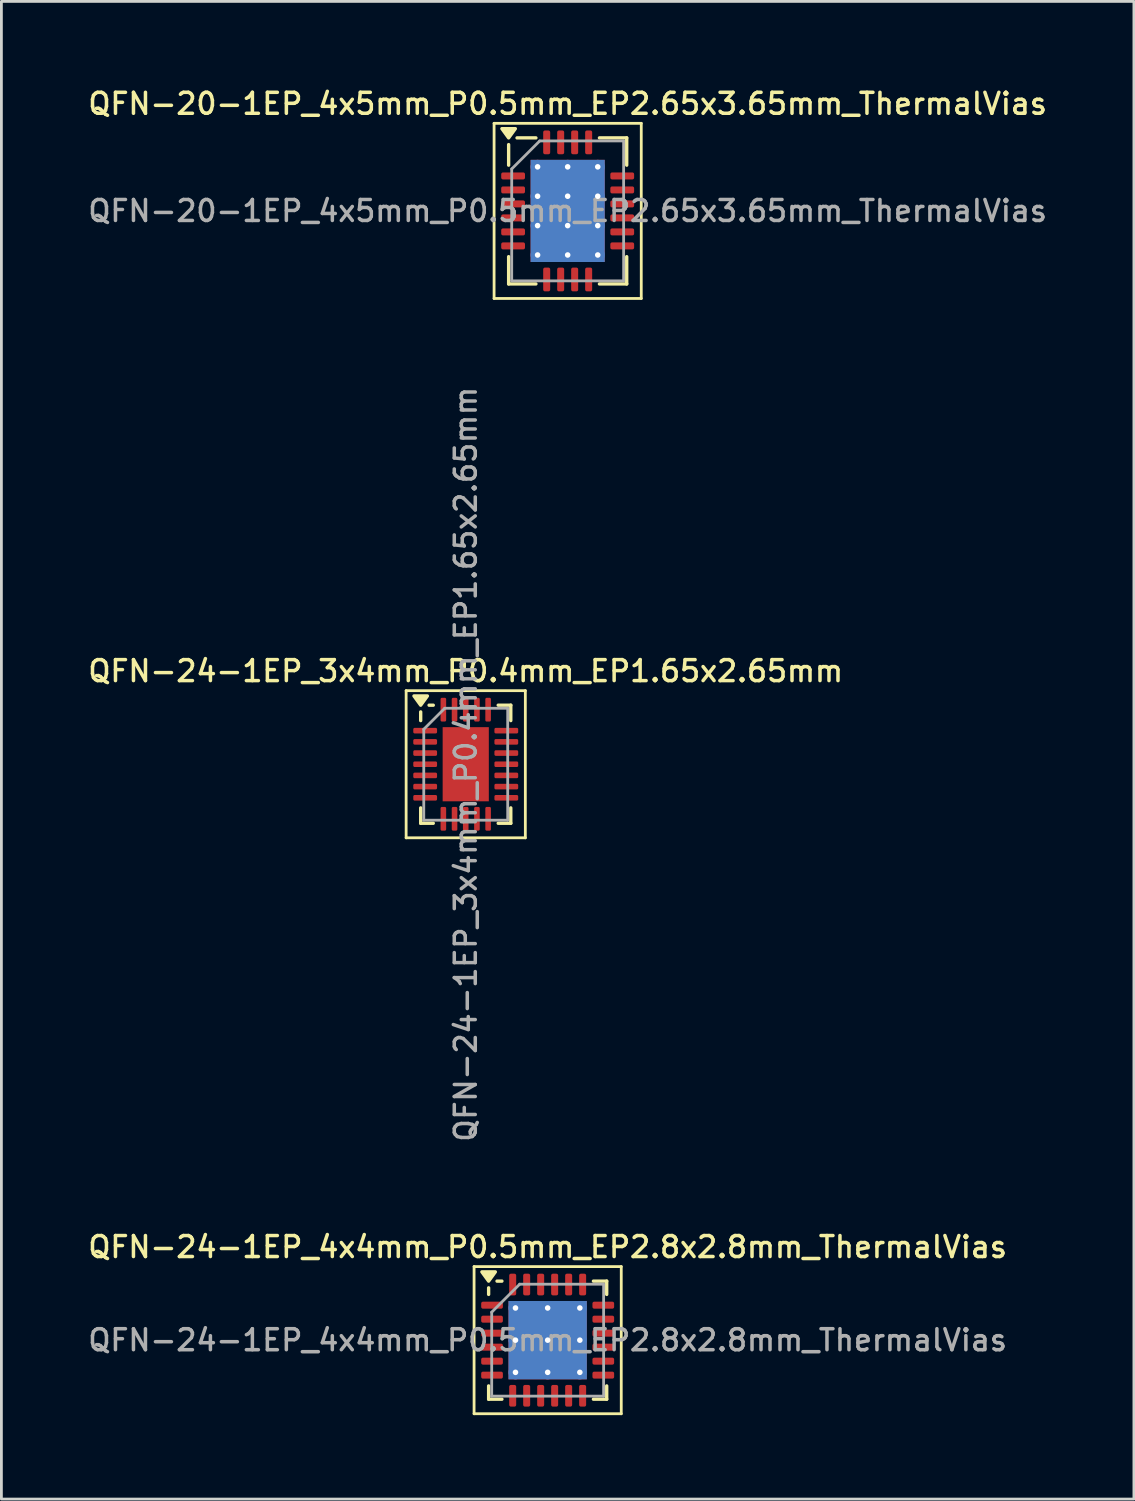
<source format=kicad_pcb>
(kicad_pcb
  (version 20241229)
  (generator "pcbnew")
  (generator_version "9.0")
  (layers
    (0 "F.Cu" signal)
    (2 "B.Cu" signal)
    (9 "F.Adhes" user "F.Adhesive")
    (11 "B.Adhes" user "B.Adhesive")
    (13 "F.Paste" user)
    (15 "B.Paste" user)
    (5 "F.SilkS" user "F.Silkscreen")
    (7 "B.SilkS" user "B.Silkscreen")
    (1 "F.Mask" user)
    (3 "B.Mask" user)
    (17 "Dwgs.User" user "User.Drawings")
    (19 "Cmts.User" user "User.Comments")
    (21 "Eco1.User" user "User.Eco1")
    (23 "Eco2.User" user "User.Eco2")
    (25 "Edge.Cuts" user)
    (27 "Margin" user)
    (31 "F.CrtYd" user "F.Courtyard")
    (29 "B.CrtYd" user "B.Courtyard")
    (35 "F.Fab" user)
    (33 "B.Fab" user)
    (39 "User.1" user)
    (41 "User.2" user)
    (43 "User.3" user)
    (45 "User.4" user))
  (footprint "QFN-24-1EP_3x4mm_P0.4mm_EP1.65x2.65mm"
    (layer "F.Cu")
    (at 13.595 24.263)
    (property "Reference" "QFN-24-1EP_3x4mm_P0.4mm_EP1.65x2.65mm" (at 0 -3.33 0) (layer "F.SilkS") (effects (font (size 0.75 0.75) (thickness 0.125))))
    (attr smd)
    (fp_line (start -2.13 -2.63) (end -2.13 2.63) (stroke (width 0.1) (type solid)) (layer "F.SilkS"))
    (fp_line (start -2.13 2.63) (end 2.13 2.63) (stroke (width 0.1) (type solid)) (layer "F.SilkS"))
    (fp_line (start -1.61 -1.56) (end -1.61 -1.87) (stroke (width 0.12) (type solid)) (layer "F.SilkS"))
    (fp_line (start -1.61 2.11) (end -1.61 1.56) (stroke (width 0.12) (type solid)) (layer "F.SilkS"))
    (fp_line (start -1.16 -2.11) (end -1.31 -2.11) (stroke (width 0.12) (type solid)) (layer "F.SilkS"))
    (fp_line (start -1.16 2.11) (end -1.61 2.11) (stroke (width 0.12) (type solid)) (layer "F.SilkS"))
    (fp_line (start 1.16 -2.11) (end 1.61 -2.11) (stroke (width 0.12) (type solid)) (layer "F.SilkS"))
    (fp_line (start 1.16 2.11) (end 1.61 2.11) (stroke (width 0.12) (type solid)) (layer "F.SilkS"))
    (fp_line (start 1.61 -2.11) (end 1.61 -1.56) (stroke (width 0.12) (type solid)) (layer "F.SilkS"))
    (fp_line (start 1.61 2.11) (end 1.61 1.56) (stroke (width 0.12) (type solid)) (layer "F.SilkS"))
    (fp_line (start 2.13 -2.63) (end -2.13 -2.63) (stroke (width 0.1) (type solid)) (layer "F.SilkS"))
    (fp_line (start 2.13 2.63) (end 2.13 -2.63) (stroke (width 0.1) (type solid)) (layer "F.SilkS"))
    (fp_poly (pts (xy -1.61 -2.11) (xy -1.85 -2.44) (xy -1.37 -2.44) (xy -1.61 -2.11)) (stroke (width 0.12) (type solid)) (fill yes) (layer "F.SilkS"))
    (fp_line (start -1.5 -1.25) (end -0.75 -2) (stroke (width 0.1) (type solid)) (layer "F.Fab"))
    (fp_line (start -1.5 2) (end -1.5 -1.25) (stroke (width 0.1) (type solid)) (layer "F.Fab"))
    (fp_line (start -0.75 -2) (end 1.5 -2) (stroke (width 0.1) (type solid)) (layer "F.Fab"))
    (fp_line (start 1.5 -2) (end 1.5 2) (stroke (width 0.1) (type solid)) (layer "F.Fab"))
    (fp_line (start 1.5 2) (end -1.5 2) (stroke (width 0.1) (type solid)) (layer "F.Fab"))
    (fp_text user "${REFERENCE}" (at 0 0 90) (layer "F.Fab") (effects (font (size 0.75 0.75) (thickness 0.125))))
    (pad "" smd roundrect (at -0.41 -0.88) (size 0.67 0.71) (layers "F.Paste") (roundrect_rratio 0.25))
    (pad "" smd roundrect (at -0.41 0) (size 0.67 0.71) (layers "F.Paste") (roundrect_rratio 0.25))
    (pad "" smd roundrect (at -0.41 0.88) (size 0.67 0.71) (layers "F.Paste") (roundrect_rratio 0.25))
    (pad "" smd roundrect (at 0.41 -0.88) (size 0.67 0.71) (layers "F.Paste") (roundrect_rratio 0.25))
    (pad "" smd roundrect (at 0.41 0) (size 0.67 0.71) (layers "F.Paste") (roundrect_rratio 0.25))
    (pad "" smd roundrect (at 0.41 0.88) (size 0.67 0.71) (layers "F.Paste") (roundrect_rratio 0.25))
    (pad "1" smd roundrect (at -1.45 -1.2) (size 0.85 0.2) (layers "F.Cu" "F.Mask" "F.Paste") (roundrect_rratio 0.25))
    (pad "2" smd roundrect (at -1.45 -0.8) (size 0.85 0.2) (layers "F.Cu" "F.Mask" "F.Paste") (roundrect_rratio 0.25))
    (pad "3" smd roundrect (at -1.45 -0.4) (size 0.85 0.2) (layers "F.Cu" "F.Mask" "F.Paste") (roundrect_rratio 0.25))
    (pad "4" smd roundrect (at -1.45 0) (size 0.85 0.2) (layers "F.Cu" "F.Mask" "F.Paste") (roundrect_rratio 0.25))
    (pad "5" smd roundrect (at -1.45 0.4) (size 0.85 0.2) (layers "F.Cu" "F.Mask" "F.Paste") (roundrect_rratio 0.25))
    (pad "6" smd roundrect (at -1.45 0.8) (size 0.85 0.2) (layers "F.Cu" "F.Mask" "F.Paste") (roundrect_rratio 0.25))
    (pad "7" smd roundrect (at -1.45 1.2) (size 0.85 0.2) (layers "F.Cu" "F.Mask" "F.Paste") (roundrect_rratio 0.25))
    (pad "8" smd roundrect (at -0.8 1.95) (size 0.2 0.85) (layers "F.Cu" "F.Mask" "F.Paste") (roundrect_rratio 0.25))
    (pad "9" smd roundrect (at -0.4 1.95) (size 0.2 0.85) (layers "F.Cu" "F.Mask" "F.Paste") (roundrect_rratio 0.25))
    (pad "10" smd roundrect (at 0 1.95) (size 0.2 0.85) (layers "F.Cu" "F.Mask" "F.Paste") (roundrect_rratio 0.25))
    (pad "11" smd roundrect (at 0.4 1.95) (size 0.2 0.85) (layers "F.Cu" "F.Mask" "F.Paste") (roundrect_rratio 0.25))
    (pad "12" smd roundrect (at 0.8 1.95) (size 0.2 0.85) (layers "F.Cu" "F.Mask" "F.Paste") (roundrect_rratio 0.25))
    (pad "13" smd roundrect (at 1.45 1.2) (size 0.85 0.2) (layers "F.Cu" "F.Mask" "F.Paste") (roundrect_rratio 0.25))
    (pad "14" smd roundrect (at 1.45 0.8) (size 0.85 0.2) (layers "F.Cu" "F.Mask" "F.Paste") (roundrect_rratio 0.25))
    (pad "15" smd roundrect (at 1.45 0.4) (size 0.85 0.2) (layers "F.Cu" "F.Mask" "F.Paste") (roundrect_rratio 0.25))
    (pad "16" smd roundrect (at 1.45 0) (size 0.85 0.2) (layers "F.Cu" "F.Mask" "F.Paste") (roundrect_rratio 0.25))
    (pad "17" smd roundrect (at 1.45 -0.4) (size 0.85 0.2) (layers "F.Cu" "F.Mask" "F.Paste") (roundrect_rratio 0.25))
    (pad "18" smd roundrect (at 1.45 -0.8) (size 0.85 0.2) (layers "F.Cu" "F.Mask" "F.Paste") (roundrect_rratio 0.25))
    (pad "19" smd roundrect (at 1.45 -1.2) (size 0.85 0.2) (layers "F.Cu" "F.Mask" "F.Paste") (roundrect_rratio 0.25))
    (pad "20" smd roundrect (at 0.8 -1.95) (size 0.2 0.85) (layers "F.Cu" "F.Mask" "F.Paste") (roundrect_rratio 0.25))
    (pad "21" smd roundrect (at 0.4 -1.95) (size 0.2 0.85) (layers "F.Cu" "F.Mask" "F.Paste") (roundrect_rratio 0.25))
    (pad "22" smd roundrect (at 0 -1.95) (size 0.2 0.85) (layers "F.Cu" "F.Mask" "F.Paste") (roundrect_rratio 0.25))
    (pad "23" smd roundrect (at -0.4 -1.95) (size 0.2 0.85) (layers "F.Cu" "F.Mask" "F.Paste") (roundrect_rratio 0.25))
    (pad "24" smd roundrect (at -0.8 -1.95) (size 0.2 0.85) (layers "F.Cu" "F.Mask" "F.Paste") (roundrect_rratio 0.25))
    (pad "25" smd rect (at 0 0) (size 1.65 2.65) (property pad_prop_heatsink) (layers "F.Cu" "F.Mask")))
  (footprint "QFN-20-1EP_4x5mm_P0.5mm_EP2.65x3.65mm_ThermalVias"
    (layer "F.Cu")
    (at 17.238 4.488)
    (property "Reference" "QFN-20-1EP_4x5mm_P0.5mm_EP2.65x3.65mm_ThermalVias" (at 0 -3.83 0) (layer "F.SilkS") (effects (font (size 0.75 0.75) (thickness 0.125))))
    (attr smd)
    (fp_line (start -2.63 -3.13) (end -2.63 3.13) (stroke (width 0.1) (type solid)) (layer "F.SilkS"))
    (fp_line (start -2.63 3.13) (end 2.63 3.13) (stroke (width 0.1) (type solid)) (layer "F.SilkS"))
    (fp_line (start -2.11 -1.635) (end -2.11 -2.37) (stroke (width 0.12) (type solid)) (layer "F.SilkS"))
    (fp_line (start -2.11 2.61) (end -2.11 1.635) (stroke (width 0.12) (type solid)) (layer "F.SilkS"))
    (fp_line (start -1.135 -2.61) (end -1.81 -2.61) (stroke (width 0.12) (type solid)) (layer "F.SilkS"))
    (fp_line (start -1.135 2.61) (end -2.11 2.61) (stroke (width 0.12) (type solid)) (layer "F.SilkS"))
    (fp_line (start 1.135 -2.61) (end 2.11 -2.61) (stroke (width 0.12) (type solid)) (layer "F.SilkS"))
    (fp_line (start 1.135 2.61) (end 2.11 2.61) (stroke (width 0.12) (type solid)) (layer "F.SilkS"))
    (fp_line (start 2.11 -2.61) (end 2.11 -1.635) (stroke (width 0.12) (type solid)) (layer "F.SilkS"))
    (fp_line (start 2.11 2.61) (end 2.11 1.635) (stroke (width 0.12) (type solid)) (layer "F.SilkS"))
    (fp_line (start 2.63 -3.13) (end -2.63 -3.13) (stroke (width 0.1) (type solid)) (layer "F.SilkS"))
    (fp_line (start 2.63 3.13) (end 2.63 -3.13) (stroke (width 0.1) (type solid)) (layer "F.SilkS"))
    (fp_poly (pts (xy -2.11 -2.61) (xy -2.35 -2.94) (xy -1.87 -2.94) (xy -2.11 -2.61)) (stroke (width 0.12) (type solid)) (fill yes) (layer "F.SilkS"))
    (fp_line (start -2 -1.5) (end -1 -2.5) (stroke (width 0.1) (type solid)) (layer "F.Fab"))
    (fp_line (start -2 2.5) (end -2 -1.5) (stroke (width 0.1) (type solid)) (layer "F.Fab"))
    (fp_line (start -1 -2.5) (end 2 -2.5) (stroke (width 0.1) (type solid)) (layer "F.Fab"))
    (fp_line (start 2 -2.5) (end 2 2.5) (stroke (width 0.1) (type solid)) (layer "F.Fab"))
    (fp_line (start 2 2.5) (end -2 2.5) (stroke (width 0.1) (type solid)) (layer "F.Fab"))
    (fp_text user "${REFERENCE}" (at 0 0 0) (layer "F.Fab") (effects (font (size 0.75 0.75) (thickness 0.125))))
    (pad "" smd custom (at -0.537 -1.05) (size 0.787 0.787) (layers "F.Paste") (options (anchor circle)) (primitives (gr_poly (pts (xy -0.376 -0.241) (xy -0.281 -0.336) (xy 0.281 -0.336) (xy 0.376 -0.241) (xy 0.376 0.241) (xy 0.281 0.336) (xy -0.281 0.336) (xy -0.376 0.241)) (width 0.23) (fill yes))))
    (pad "" smd custom (at -0.537 0) (size 0.787 0.787) (layers "F.Paste") (options (anchor circle)) (primitives (gr_poly (pts (xy -0.376 -0.241) (xy -0.281 -0.336) (xy 0.281 -0.336) (xy 0.376 -0.241) (xy 0.376 0.241) (xy 0.281 0.336) (xy -0.281 0.336) (xy -0.376 0.241)) (width 0.23) (fill yes))))
    (pad "" smd custom (at -0.537 1.05) (size 0.787 0.787) (layers "F.Paste") (options (anchor circle)) (primitives (gr_poly (pts (xy -0.376 -0.241) (xy -0.281 -0.336) (xy 0.281 -0.336) (xy 0.376 -0.241) (xy 0.376 0.241) (xy 0.281 0.336) (xy -0.281 0.336) (xy -0.376 0.241)) (width 0.23) (fill yes))))
    (pad "" smd custom (at 0.537 -1.05) (size 0.787 0.787) (layers "F.Paste") (options (anchor circle)) (primitives (gr_poly (pts (xy -0.376 -0.241) (xy -0.281 -0.336) (xy 0.281 -0.336) (xy 0.376 -0.241) (xy 0.376 0.241) (xy 0.281 0.336) (xy -0.281 0.336) (xy -0.376 0.241)) (width 0.23) (fill yes))))
    (pad "" smd custom (at 0.537 0) (size 0.787 0.787) (layers "F.Paste") (options (anchor circle)) (primitives (gr_poly (pts (xy -0.376 -0.241) (xy -0.281 -0.336) (xy 0.281 -0.336) (xy 0.376 -0.241) (xy 0.376 0.241) (xy 0.281 0.336) (xy -0.281 0.336) (xy -0.376 0.241)) (width 0.23) (fill yes))))
    (pad "" smd custom (at 0.537 1.05) (size 0.787 0.787) (layers "F.Paste") (options (anchor circle)) (primitives (gr_poly (pts (xy -0.376 -0.241) (xy -0.281 -0.336) (xy 0.281 -0.336) (xy 0.376 -0.241) (xy 0.376 0.241) (xy 0.281 0.336) (xy -0.281 0.336) (xy -0.376 0.241)) (width 0.23) (fill yes))))
    (pad "1" smd roundrect (at -1.95 -1.25) (size 0.85 0.25) (layers "F.Cu" "F.Mask" "F.Paste") (roundrect_rratio 0.25))
    (pad "2" smd roundrect (at -1.95 -0.75) (size 0.85 0.25) (layers "F.Cu" "F.Mask" "F.Paste") (roundrect_rratio 0.25))
    (pad "3" smd roundrect (at -1.95 -0.25) (size 0.85 0.25) (layers "F.Cu" "F.Mask" "F.Paste") (roundrect_rratio 0.25))
    (pad "4" smd roundrect (at -1.95 0.25) (size 0.85 0.25) (layers "F.Cu" "F.Mask" "F.Paste") (roundrect_rratio 0.25))
    (pad "5" smd roundrect (at -1.95 0.75) (size 0.85 0.25) (layers "F.Cu" "F.Mask" "F.Paste") (roundrect_rratio 0.25))
    (pad "6" smd roundrect (at -1.95 1.25) (size 0.85 0.25) (layers "F.Cu" "F.Mask" "F.Paste") (roundrect_rratio 0.25))
    (pad "7" smd roundrect (at -0.75 2.45) (size 0.25 0.85) (layers "F.Cu" "F.Mask" "F.Paste") (roundrect_rratio 0.25))
    (pad "8" smd roundrect (at -0.25 2.45) (size 0.25 0.85) (layers "F.Cu" "F.Mask" "F.Paste") (roundrect_rratio 0.25))
    (pad "9" smd roundrect (at 0.25 2.45) (size 0.25 0.85) (layers "F.Cu" "F.Mask" "F.Paste") (roundrect_rratio 0.25))
    (pad "10" smd roundrect (at 0.75 2.45) (size 0.25 0.85) (layers "F.Cu" "F.Mask" "F.Paste") (roundrect_rratio 0.25))
    (pad "11" smd roundrect (at 1.95 1.25) (size 0.85 0.25) (layers "F.Cu" "F.Mask" "F.Paste") (roundrect_rratio 0.25))
    (pad "12" smd roundrect (at 1.95 0.75) (size 0.85 0.25) (layers "F.Cu" "F.Mask" "F.Paste") (roundrect_rratio 0.25))
    (pad "13" smd roundrect (at 1.95 0.25) (size 0.85 0.25) (layers "F.Cu" "F.Mask" "F.Paste") (roundrect_rratio 0.25))
    (pad "14" smd roundrect (at 1.95 -0.25) (size 0.85 0.25) (layers "F.Cu" "F.Mask" "F.Paste") (roundrect_rratio 0.25))
    (pad "15" smd roundrect (at 1.95 -0.75) (size 0.85 0.25) (layers "F.Cu" "F.Mask" "F.Paste") (roundrect_rratio 0.25))
    (pad "16" smd roundrect (at 1.95 -1.25) (size 0.85 0.25) (layers "F.Cu" "F.Mask" "F.Paste") (roundrect_rratio 0.25))
    (pad "17" smd roundrect (at 0.75 -2.45) (size 0.25 0.85) (layers "F.Cu" "F.Mask" "F.Paste") (roundrect_rratio 0.25))
    (pad "18" smd roundrect (at 0.25 -2.45) (size 0.25 0.85) (layers "F.Cu" "F.Mask" "F.Paste") (roundrect_rratio 0.25))
    (pad "19" smd roundrect (at -0.25 -2.45) (size 0.25 0.85) (layers "F.Cu" "F.Mask" "F.Paste") (roundrect_rratio 0.25))
    (pad "20" smd roundrect (at -0.75 -2.45) (size 0.25 0.85) (layers "F.Cu" "F.Mask" "F.Paste") (roundrect_rratio 0.25))
    (pad "21" thru_hole circle (at -1.075 -1.575) (size 0.5 0.5) (drill 0.2) (property pad_prop_heatsink) (layers "*.Cu"))
    (pad "21" thru_hole circle (at -1.075 -0.525) (size 0.5 0.5) (drill 0.2) (property pad_prop_heatsink) (layers "*.Cu"))
    (pad "21" thru_hole circle (at -1.075 0.525) (size 0.5 0.5) (drill 0.2) (property pad_prop_heatsink) (layers "*.Cu"))
    (pad "21" thru_hole circle (at -1.075 1.575) (size 0.5 0.5) (drill 0.2) (property pad_prop_heatsink) (layers "*.Cu"))
    (pad "21" thru_hole circle (at 0 -1.575) (size 0.5 0.5) (drill 0.2) (property pad_prop_heatsink) (layers "*.Cu"))
    (pad "21" thru_hole circle (at 0 -0.525) (size 0.5 0.5) (drill 0.2) (property pad_prop_heatsink) (layers "*.Cu"))
    (pad "21" smd rect (at 0 0) (size 2.65 3.65) (property pad_prop_heatsink) (layers "F.Cu" "F.Mask"))
    (pad "21" smd rect (at 0 0) (size 2.65 3.65) (property pad_prop_heatsink) (layers "B.Cu"))
    (pad "21" thru_hole circle (at 0 0.525) (size 0.5 0.5) (drill 0.2) (property pad_prop_heatsink) (layers "*.Cu"))
    (pad "21" thru_hole circle (at 0 1.575) (size 0.5 0.5) (drill 0.2) (property pad_prop_heatsink) (layers "*.Cu"))
    (pad "21" thru_hole circle (at 1.075 -1.575) (size 0.5 0.5) (drill 0.2) (property pad_prop_heatsink) (layers "*.Cu"))
    (pad "21" thru_hole circle (at 1.075 -0.525) (size 0.5 0.5) (drill 0.2) (property pad_prop_heatsink) (layers "*.Cu"))
    (pad "21" thru_hole circle (at 1.075 0.525) (size 0.5 0.5) (drill 0.2) (property pad_prop_heatsink) (layers "*.Cu"))
    (pad "21" thru_hole circle (at 1.075 1.575) (size 0.5 0.5) (drill 0.2) (property pad_prop_heatsink) (layers "*.Cu")))
  (footprint "QFN-24-1EP_4x4mm_P0.5mm_EP2.8x2.8mm_ThermalVias"
    (layer "F.Cu")
    (at 16.523 44.846)
    (property "Reference" "QFN-24-1EP_4x4mm_P0.5mm_EP2.8x2.8mm_ThermalVias" (at 0 -3.33 0) (layer "F.SilkS") (effects (font (size 0.75 0.75) (thickness 0.125))))
    (attr smd)
    (fp_line (start -2.63 -2.63) (end -2.63 2.63) (stroke (width 0.1) (type solid)) (layer "F.SilkS"))
    (fp_line (start -2.63 2.63) (end 2.63 2.63) (stroke (width 0.1) (type solid)) (layer "F.SilkS"))
    (fp_line (start -2.11 -1.635) (end -2.11 -1.87) (stroke (width 0.12) (type solid)) (layer "F.SilkS"))
    (fp_line (start -2.11 2.11) (end -2.11 1.635) (stroke (width 0.12) (type solid)) (layer "F.SilkS"))
    (fp_line (start -1.635 -2.11) (end -1.81 -2.11) (stroke (width 0.12) (type solid)) (layer "F.SilkS"))
    (fp_line (start -1.635 2.11) (end -2.11 2.11) (stroke (width 0.12) (type solid)) (layer "F.SilkS"))
    (fp_line (start 1.635 -2.11) (end 2.11 -2.11) (stroke (width 0.12) (type solid)) (layer "F.SilkS"))
    (fp_line (start 1.635 2.11) (end 2.11 2.11) (stroke (width 0.12) (type solid)) (layer "F.SilkS"))
    (fp_line (start 2.11 -2.11) (end 2.11 -1.635) (stroke (width 0.12) (type solid)) (layer "F.SilkS"))
    (fp_line (start 2.11 2.11) (end 2.11 1.635) (stroke (width 0.12) (type solid)) (layer "F.SilkS"))
    (fp_line (start 2.63 -2.63) (end -2.63 -2.63) (stroke (width 0.1) (type solid)) (layer "F.SilkS"))
    (fp_line (start 2.63 2.63) (end 2.63 -2.63) (stroke (width 0.1) (type solid)) (layer "F.SilkS"))
    (fp_poly (pts (xy -2.11 -2.11) (xy -2.35 -2.44) (xy -1.87 -2.44) (xy -2.11 -2.11)) (stroke (width 0.12) (type solid)) (fill yes) (layer "F.SilkS"))
    (fp_line (start -2 -1) (end -1 -2) (stroke (width 0.1) (type solid)) (layer "F.Fab"))
    (fp_line (start -2 2) (end -2 -1) (stroke (width 0.1) (type solid)) (layer "F.Fab"))
    (fp_line (start -1 -2) (end 2 -2) (stroke (width 0.1) (type solid)) (layer "F.Fab"))
    (fp_line (start 2 -2) (end 2 2) (stroke (width 0.1) (type solid)) (layer "F.Fab"))
    (fp_line (start 2 2) (end -2 2) (stroke (width 0.1) (type solid)) (layer "F.Fab"))
    (fp_text user "${REFERENCE}" (at 0 0 0) (layer "F.Fab") (effects (font (size 0.75 0.75) (thickness 0.125))))
    (pad "" smd roundrect (at -0.7 -0.7) (size 1.21 1.21) (layers "F.Paste") (roundrect_rratio 0.207))
    (pad "" smd roundrect (at -0.7 0.7) (size 1.21 1.21) (layers "F.Paste") (roundrect_rratio 0.207))
    (pad "" smd roundrect (at 0.7 -0.7) (size 1.21 1.21) (layers "F.Paste") (roundrect_rratio 0.207))
    (pad "" smd roundrect (at 0.7 0.7) (size 1.21 1.21) (layers "F.Paste") (roundrect_rratio 0.207))
    (pad "1" smd roundrect (at -1.988 -1.25) (size 0.775 0.25) (layers "F.Cu" "F.Mask" "F.Paste") (roundrect_rratio 0.25))
    (pad "2" smd roundrect (at -1.988 -0.75) (size 0.775 0.25) (layers "F.Cu" "F.Mask" "F.Paste") (roundrect_rratio 0.25))
    (pad "3" smd roundrect (at -1.988 -0.25) (size 0.775 0.25) (layers "F.Cu" "F.Mask" "F.Paste") (roundrect_rratio 0.25))
    (pad "4" smd roundrect (at -1.988 0.25) (size 0.775 0.25) (layers "F.Cu" "F.Mask" "F.Paste") (roundrect_rratio 0.25))
    (pad "5" smd roundrect (at -1.988 0.75) (size 0.775 0.25) (layers "F.Cu" "F.Mask" "F.Paste") (roundrect_rratio 0.25))
    (pad "6" smd roundrect (at -1.988 1.25) (size 0.775 0.25) (layers "F.Cu" "F.Mask" "F.Paste") (roundrect_rratio 0.25))
    (pad "7" smd roundrect (at -1.25 1.988) (size 0.25 0.775) (layers "F.Cu" "F.Mask" "F.Paste") (roundrect_rratio 0.25))
    (pad "8" smd roundrect (at -0.75 1.988) (size 0.25 0.775) (layers "F.Cu" "F.Mask" "F.Paste") (roundrect_rratio 0.25))
    (pad "9" smd roundrect (at -0.25 1.988) (size 0.25 0.775) (layers "F.Cu" "F.Mask" "F.Paste") (roundrect_rratio 0.25))
    (pad "10" smd roundrect (at 0.25 1.988) (size 0.25 0.775) (layers "F.Cu" "F.Mask" "F.Paste") (roundrect_rratio 0.25))
    (pad "11" smd roundrect (at 0.75 1.988) (size 0.25 0.775) (layers "F.Cu" "F.Mask" "F.Paste") (roundrect_rratio 0.25))
    (pad "12" smd roundrect (at 1.25 1.988) (size 0.25 0.775) (layers "F.Cu" "F.Mask" "F.Paste") (roundrect_rratio 0.25))
    (pad "13" smd roundrect (at 1.988 1.25) (size 0.775 0.25) (layers "F.Cu" "F.Mask" "F.Paste") (roundrect_rratio 0.25))
    (pad "14" smd roundrect (at 1.988 0.75) (size 0.775 0.25) (layers "F.Cu" "F.Mask" "F.Paste") (roundrect_rratio 0.25))
    (pad "15" smd roundrect (at 1.988 0.25) (size 0.775 0.25) (layers "F.Cu" "F.Mask" "F.Paste") (roundrect_rratio 0.25))
    (pad "16" smd roundrect (at 1.988 -0.25) (size 0.775 0.25) (layers "F.Cu" "F.Mask" "F.Paste") (roundrect_rratio 0.25))
    (pad "17" smd roundrect (at 1.988 -0.75) (size 0.775 0.25) (layers "F.Cu" "F.Mask" "F.Paste") (roundrect_rratio 0.25))
    (pad "18" smd roundrect (at 1.988 -1.25) (size 0.775 0.25) (layers "F.Cu" "F.Mask" "F.Paste") (roundrect_rratio 0.25))
    (pad "19" smd roundrect (at 1.25 -1.988) (size 0.25 0.775) (layers "F.Cu" "F.Mask" "F.Paste") (roundrect_rratio 0.25))
    (pad "20" smd roundrect (at 0.75 -1.988) (size 0.25 0.775) (layers "F.Cu" "F.Mask" "F.Paste") (roundrect_rratio 0.25))
    (pad "21" smd roundrect (at 0.25 -1.988) (size 0.25 0.775) (layers "F.Cu" "F.Mask" "F.Paste") (roundrect_rratio 0.25))
    (pad "22" smd roundrect (at -0.25 -1.988) (size 0.25 0.775) (layers "F.Cu" "F.Mask" "F.Paste") (roundrect_rratio 0.25))
    (pad "23" smd roundrect (at -0.75 -1.988) (size 0.25 0.775) (layers "F.Cu" "F.Mask" "F.Paste") (roundrect_rratio 0.25))
    (pad "24" smd roundrect (at -1.25 -1.988) (size 0.25 0.775) (layers "F.Cu" "F.Mask" "F.Paste") (roundrect_rratio 0.25))
    (pad "25" thru_hole circle (at -1.15 -1.15) (size 0.5 0.5) (drill 0.2) (property pad_prop_heatsink) (layers "*.Cu"))
    (pad "25" thru_hole circle (at -1.15 0) (size 0.5 0.5) (drill 0.2) (property pad_prop_heatsink) (layers "*.Cu"))
    (pad "25" thru_hole circle (at -1.15 1.15) (size 0.5 0.5) (drill 0.2) (property pad_prop_heatsink) (layers "*.Cu"))
    (pad "25" thru_hole circle (at 0 -1.15) (size 0.5 0.5) (drill 0.2) (property pad_prop_heatsink) (layers "*.Cu"))
    (pad "25" thru_hole circle (at 0 0) (size 0.5 0.5) (drill 0.2) (property pad_prop_heatsink) (layers "*.Cu"))
    (pad "25" smd rect (at 0 0) (size 2.8 2.8) (property pad_prop_heatsink) (layers "F.Cu" "F.Mask"))
    (pad "25" smd rect (at 0 0) (size 2.8 2.8) (property pad_prop_heatsink) (layers "B.Cu"))
    (pad "25" thru_hole circle (at 0 1.15) (size 0.5 0.5) (drill 0.2) (property pad_prop_heatsink) (layers "*.Cu"))
    (pad "25" thru_hole circle (at 1.15 -1.15) (size 0.5 0.5) (drill 0.2) (property pad_prop_heatsink) (layers "*.Cu"))
    (pad "25" thru_hole circle (at 1.15 0) (size 0.5 0.5) (drill 0.2) (property pad_prop_heatsink) (layers "*.Cu"))
    (pad "25" thru_hole circle (at 1.15 1.15) (size 0.5 0.5) (drill 0.2) (property pad_prop_heatsink) (layers "*.Cu")))
  (gr_rect
    (start -3 -3)
    (end 37.475 50.526)
    (stroke (width 0.1) (type default))
    (fill no)
    (layer "Edge.Cuts")))
</source>
